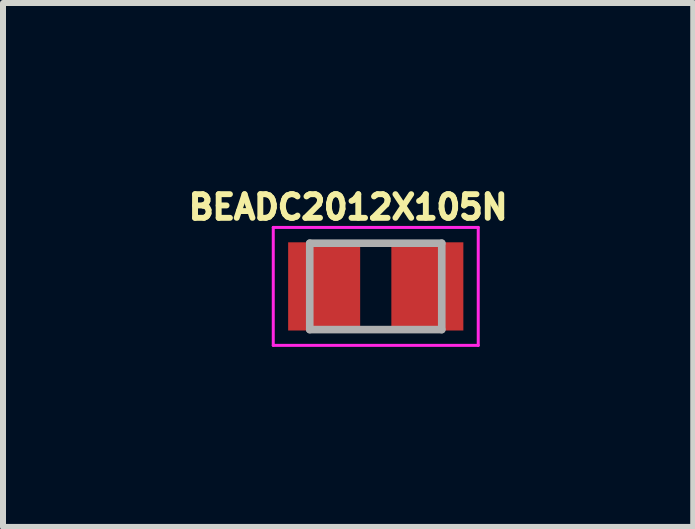
<source format=kicad_pcb>
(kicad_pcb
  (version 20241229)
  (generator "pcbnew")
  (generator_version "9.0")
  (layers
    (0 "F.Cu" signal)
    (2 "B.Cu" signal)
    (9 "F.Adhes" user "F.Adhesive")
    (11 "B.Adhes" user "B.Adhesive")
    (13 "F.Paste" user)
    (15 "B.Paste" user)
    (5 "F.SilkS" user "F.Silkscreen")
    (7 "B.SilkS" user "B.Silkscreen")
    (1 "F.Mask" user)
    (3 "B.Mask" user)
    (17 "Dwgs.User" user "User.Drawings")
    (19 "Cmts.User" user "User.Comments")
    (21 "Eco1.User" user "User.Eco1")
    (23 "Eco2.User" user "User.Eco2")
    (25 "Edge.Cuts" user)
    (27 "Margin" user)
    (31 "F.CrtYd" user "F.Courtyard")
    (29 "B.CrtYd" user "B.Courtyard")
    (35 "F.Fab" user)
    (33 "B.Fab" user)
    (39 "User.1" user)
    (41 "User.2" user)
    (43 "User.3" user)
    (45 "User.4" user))
  (footprint "BEADC2012X105N"
    (layer "F.Cu")
    (at 3.212 1.723)
    (property "Reference" "BEADC2012X105N" (at -0.46 -1.32 0) (layer "F.SilkS") (effects (font (size 0.394 0.394) (thickness 0.15))))
    (attr through_hole)
    (fp_line (start -1.708 -0.983) (end 1.708 -0.983) (stroke (width 0.05) (type solid)) (layer "F.CrtYd"))
    (fp_line (start -1.708 0.983) (end -1.708 -0.983) (stroke (width 0.05) (type solid)) (layer "F.CrtYd"))
    (fp_line (start -1.708 0.983) (end 1.708 0.983) (stroke (width 0.05) (type solid)) (layer "F.CrtYd"))
    (fp_line (start 1.708 0.983) (end 1.708 -0.983) (stroke (width 0.05) (type solid)) (layer "F.CrtYd"))
    (fp_line (start -1.1 0.72) (end -1.1 -0.72) (stroke (width 0.127) (type solid)) (layer "F.Fab"))
    (fp_line (start 1.1 -0.72) (end -1.1 -0.72) (stroke (width 0.127) (type solid)) (layer "F.Fab"))
    (fp_line (start 1.1 0.72) (end -1.1 0.72) (stroke (width 0.127) (type solid)) (layer "F.Fab"))
    (fp_line (start 1.1 0.72) (end 1.1 -0.72) (stroke (width 0.127) (type solid)) (layer "F.Fab"))
    (pad "1" smd rect (at -0.86 0) (size 1.2 1.47) (layers "F.Cu" "F.Mask" "F.Paste"))
    (pad "2" smd rect (at 0.86 0) (size 1.2 1.47) (layers "F.Cu" "F.Mask" "F.Paste")))
  (gr_rect
    (start -3 -3)
    (end 8.503 5.731)
    (stroke (width 0.1) (type default))
    (fill no)
    (layer "Edge.Cuts")))
</source>
